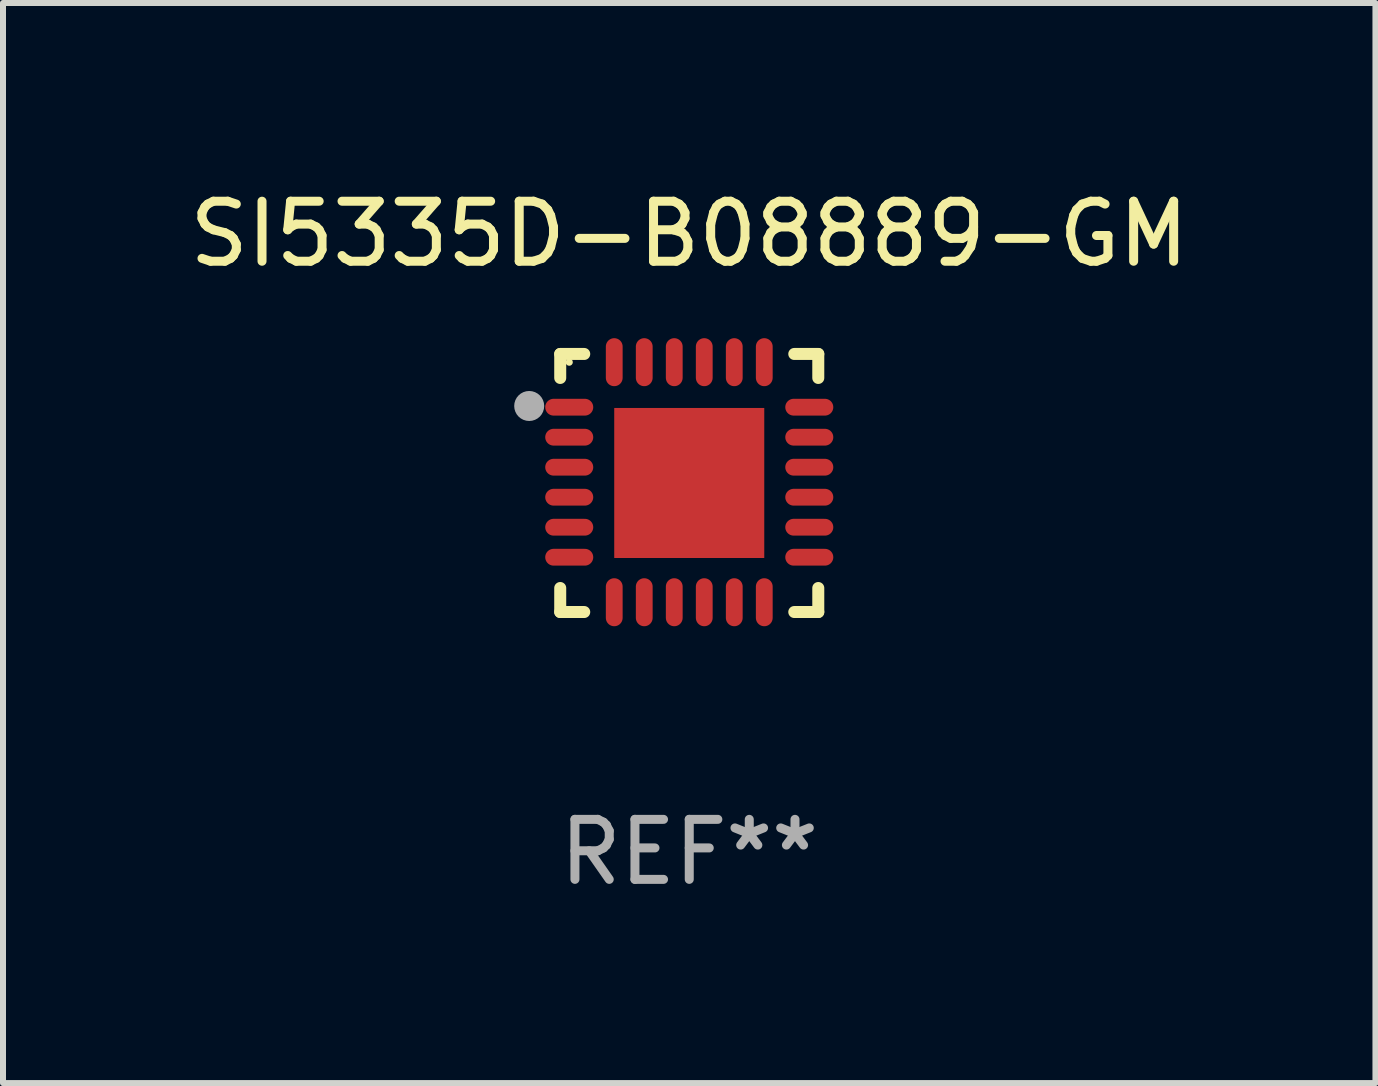
<source format=kicad_pcb>
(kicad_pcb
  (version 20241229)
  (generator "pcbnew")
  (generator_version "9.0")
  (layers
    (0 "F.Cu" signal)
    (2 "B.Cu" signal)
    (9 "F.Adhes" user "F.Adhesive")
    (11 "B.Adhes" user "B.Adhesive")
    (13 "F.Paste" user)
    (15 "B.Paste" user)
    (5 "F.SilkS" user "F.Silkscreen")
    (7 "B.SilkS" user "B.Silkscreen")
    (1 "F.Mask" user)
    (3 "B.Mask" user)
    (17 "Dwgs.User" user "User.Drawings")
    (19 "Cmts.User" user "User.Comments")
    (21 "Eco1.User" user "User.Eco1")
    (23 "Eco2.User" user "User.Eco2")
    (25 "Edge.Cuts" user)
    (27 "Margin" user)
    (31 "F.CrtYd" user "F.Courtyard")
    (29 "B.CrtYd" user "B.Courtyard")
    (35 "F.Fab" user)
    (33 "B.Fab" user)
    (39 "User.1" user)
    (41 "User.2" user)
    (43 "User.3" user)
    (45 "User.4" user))
  (footprint "SI5335D-B08889-GM"
    (layer "F.Cu")
    (at 8.435 4.998)
    (property "Reference" "SI5335D-B08889-GM" (at 0 -4.15 0) (layer "F.SilkS") (effects (font (size 1 1) (thickness 0.15))))
    (attr through_hole)
    (fp_line (start -2.15 -2.15) (end -1.75 -2.15) (stroke (width 0.2) (type solid)) (layer "F.SilkS"))
    (fp_line (start -2.15 -1.75) (end -2.15 -2.15) (stroke (width 0.2) (type solid)) (layer "F.SilkS"))
    (fp_line (start -2.15 2.15) (end -2.15 1.75) (stroke (width 0.2) (type solid)) (layer "F.SilkS"))
    (fp_line (start -1.75 2.15) (end -2.15 2.15) (stroke (width 0.2) (type solid)) (layer "F.SilkS"))
    (fp_line (start 1.75 -2.15) (end 2.15 -2.15) (stroke (width 0.2) (type solid)) (layer "F.SilkS"))
    (fp_line (start 1.75 2.15) (end 2.15 2.15) (stroke (width 0.2) (type solid)) (layer "F.SilkS"))
    (fp_line (start 2.15 -2.15) (end 2.15 -1.75) (stroke (width 0.2) (type solid)) (layer "F.SilkS"))
    (fp_line (start 2.15 2.15) (end 2.15 1.75) (stroke (width 0.2) (type solid)) (layer "F.SilkS"))
    (fp_circle (center -2 -2.013) (end -1.97 -2.013) (stroke (width 0.06) (type solid)) (fill no) (layer "F.SilkS"))
    (fp_circle (center -2.667 -1.283) (end -2.542 -1.283) (stroke (width 0.25) (type solid)) (fill no) (layer "F.Fab"))
    (fp_text user "REF**" (at 0 6.15 0) (layer "F.Fab") (effects (font (size 1 1) (thickness 0.15))))
    (pad "1" smd oval (at -2 -1.263) (size 0.8 0.28) (layers "F.Cu" "F.Mask" "F.Paste"))
    (pad "2" smd oval (at -2 -0.763) (size 0.8 0.28) (layers "F.Cu" "F.Mask" "F.Paste"))
    (pad "3" smd oval (at -2 -0.263) (size 0.8 0.28) (layers "F.Cu" "F.Mask" "F.Paste"))
    (pad "4" smd oval (at -2 0.237) (size 0.8 0.28) (layers "F.Cu" "F.Mask" "F.Paste"))
    (pad "5" smd oval (at -2 0.737) (size 0.8 0.28) (layers "F.Cu" "F.Mask" "F.Paste"))
    (pad "6" smd oval (at -2 1.237) (size 0.8 0.28) (layers "F.Cu" "F.Mask" "F.Paste"))
    (pad "7" smd oval (at -1.25 1.987) (size 0.28 0.8) (layers "F.Cu" "F.Mask" "F.Paste"))
    (pad "8" smd oval (at -0.75 1.987) (size 0.28 0.8) (layers "F.Cu" "F.Mask" "F.Paste"))
    (pad "9" smd oval (at -0.25 1.987) (size 0.28 0.8) (layers "F.Cu" "F.Mask" "F.Paste"))
    (pad "10" smd oval (at 0.25 1.987) (size 0.28 0.8) (layers "F.Cu" "F.Mask" "F.Paste"))
    (pad "11" smd oval (at 0.75 1.987) (size 0.28 0.8) (layers "F.Cu" "F.Mask" "F.Paste"))
    (pad "12" smd oval (at 1.25 1.987) (size 0.28 0.8) (layers "F.Cu" "F.Mask" "F.Paste"))
    (pad "13" smd oval (at 2 1.237) (size 0.8 0.28) (layers "F.Cu" "F.Mask" "F.Paste"))
    (pad "14" smd oval (at 2 0.737) (size 0.8 0.28) (layers "F.Cu" "F.Mask" "F.Paste"))
    (pad "15" smd oval (at 2 0.237) (size 0.8 0.28) (layers "F.Cu" "F.Mask" "F.Paste"))
    (pad "16" smd oval (at 2 -0.263) (size 0.8 0.28) (layers "F.Cu" "F.Mask" "F.Paste"))
    (pad "17" smd oval (at 2 -0.763) (size 0.8 0.28) (layers "F.Cu" "F.Mask" "F.Paste"))
    (pad "18" smd oval (at 2 -1.263) (size 0.8 0.28) (layers "F.Cu" "F.Mask" "F.Paste"))
    (pad "19" smd oval (at 1.25 -2.013) (size 0.28 0.8) (layers "F.Cu" "F.Mask" "F.Paste"))
    (pad "20" smd oval (at 0.75 -2.013) (size 0.28 0.8) (layers "F.Cu" "F.Mask" "F.Paste"))
    (pad "21" smd oval (at 0.25 -2.013) (size 0.28 0.8) (layers "F.Cu" "F.Mask" "F.Paste"))
    (pad "22" smd oval (at -0.25 -2.013) (size 0.28 0.8) (layers "F.Cu" "F.Mask" "F.Paste"))
    (pad "23" smd oval (at -0.75 -2.013) (size 0.28 0.8) (layers "F.Cu" "F.Mask" "F.Paste"))
    (pad "24" smd oval (at -1.25 -2.013) (size 0.28 0.8) (layers "F.Cu" "F.Mask" "F.Paste"))
    (pad "25" smd rect (at -0.000127 -0.00014) (size 2.5 2.5) (layers "F.Cu" "F.Mask" "F.Paste")))
  (gr_rect
    (start -3 -3)
    (end 19.869 14.997)
    (stroke (width 0.1) (type default))
    (fill no)
    (layer "Edge.Cuts")))
</source>
